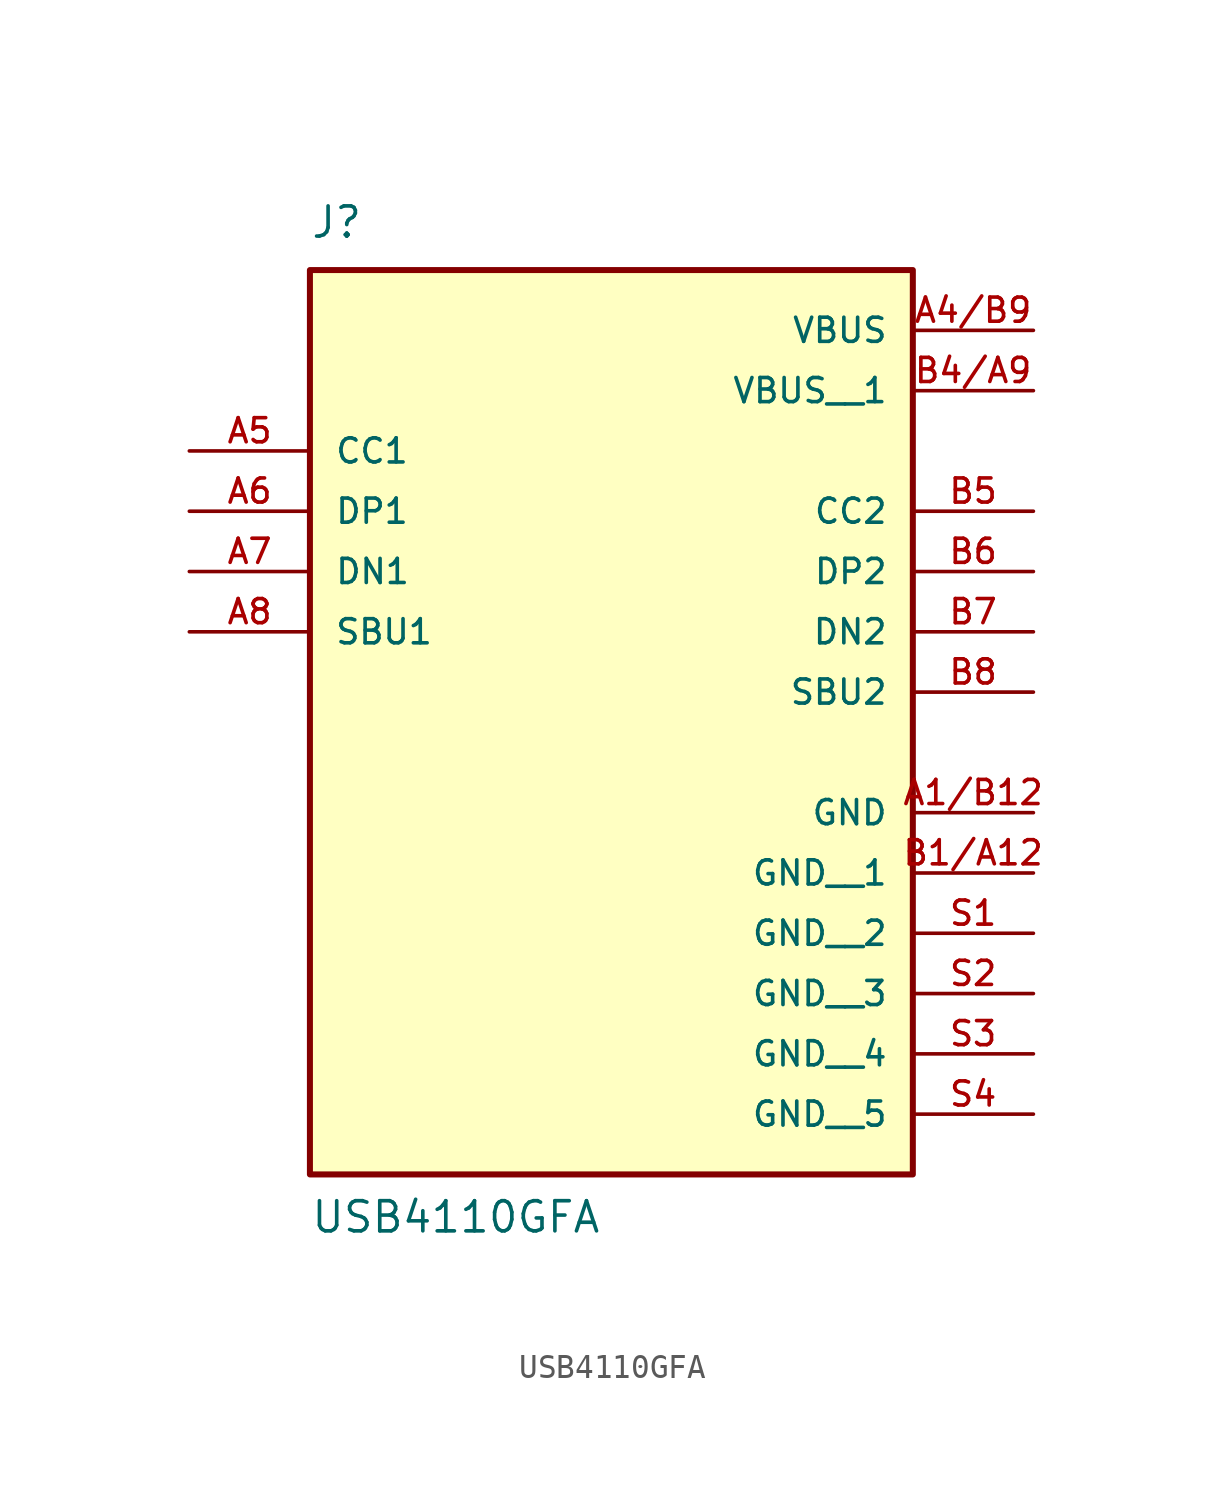
<source format=kicad_sym>
(kicad_symbol_lib
  (version 20231120)
  (generator "kicad_symbol_editor")
  (generator_version "8.0")
  (symbol "USB4110GFA"
    (pin_names
      (offset 1.016))
    (property "Reference" "J"
      (at -12.7 11.43 0)
      (effects (font (size 1.27 1.27)) (justify left bottom)))
    (property "Value" "USB4110GFA"
      (at -12.7 -30.48 0)
      (effects (font (size 1.27 1.27)) (justify left bottom)))
    (symbol "USB4110GFA_0_0"
      (rectangle (start -12.7 -27.94) (end 12.7 10.16) (stroke (width 0.254) (type default)) (fill (type background)))
      (pin power_in line (at 17.78 -12.7 180) (length 5.08) (name "GND" (effects (font (size 1.016 1.016)))) (number "A1/B12" (effects (font (size 1.016 1.016)))))
      (pin power_in line (at 17.78 7.62 180) (length 5.08) (name "VBUS" (effects (font (size 1.016 1.016)))) (number "A4/B9" (effects (font (size 1.016 1.016)))))
      (pin bidirectional line (at -17.78 2.54 0) (length 5.08) (name "CC1" (effects (font (size 1.016 1.016)))) (number "A5" (effects (font (size 1.016 1.016)))))
      (pin bidirectional line (at -17.78 0 0) (length 5.08) (name "DP1" (effects (font (size 1.016 1.016)))) (number "A6" (effects (font (size 1.016 1.016)))))
      (pin bidirectional line (at -17.78 -2.54 0) (length 5.08) (name "DN1" (effects (font (size 1.016 1.016)))) (number "A7" (effects (font (size 1.016 1.016)))))
      (pin bidirectional line (at -17.78 -5.08 0) (length 5.08) (name "SBU1" (effects (font (size 1.016 1.016)))) (number "A8" (effects (font (size 1.016 1.016)))))
      (pin power_in line (at 17.78 -15.24 180) (length 5.08) (name "GND__1" (effects (font (size 1.016 1.016)))) (number "B1/A12" (effects (font (size 1.016 1.016)))))
      (pin power_in line (at 17.78 5.08 180) (length 5.08) (name "VBUS__1" (effects (font (size 1.016 1.016)))) (number "B4/A9" (effects (font (size 1.016 1.016)))))
      (pin bidirectional line (at 17.78 0 180) (length 5.08) (name "CC2" (effects (font (size 1.016 1.016)))) (number "B5" (effects (font (size 1.016 1.016)))))
      (pin bidirectional line (at 17.78 -2.54 180) (length 5.08) (name "DP2" (effects (font (size 1.016 1.016)))) (number "B6" (effects (font (size 1.016 1.016)))))
      (pin bidirectional line (at 17.78 -5.08 180) (length 5.08) (name "DN2" (effects (font (size 1.016 1.016)))) (number "B7" (effects (font (size 1.016 1.016)))))
      (pin bidirectional line (at 17.78 -7.62 180) (length 5.08) (name "SBU2" (effects (font (size 1.016 1.016)))) (number "B8" (effects (font (size 1.016 1.016)))))
      (pin power_in line (at 17.78 -17.78 180) (length 5.08) (name "GND__2" (effects (font (size 1.016 1.016)))) (number "S1" (effects (font (size 1.016 1.016)))))
      (pin power_in line (at 17.78 -20.32 180) (length 5.08) (name "GND__3" (effects (font (size 1.016 1.016)))) (number "S2" (effects (font (size 1.016 1.016)))))
      (pin power_in line (at 17.78 -22.86 180) (length 5.08) (name "GND__4" (effects (font (size 1.016 1.016)))) (number "S3" (effects (font (size 1.016 1.016)))))
      (pin power_in line (at 17.78 -25.4 180) (length 5.08) (name "GND__5" (effects (font (size 1.016 1.016)))) (number "S4" (effects (font (size 1.016 1.016))))))))
</source>
